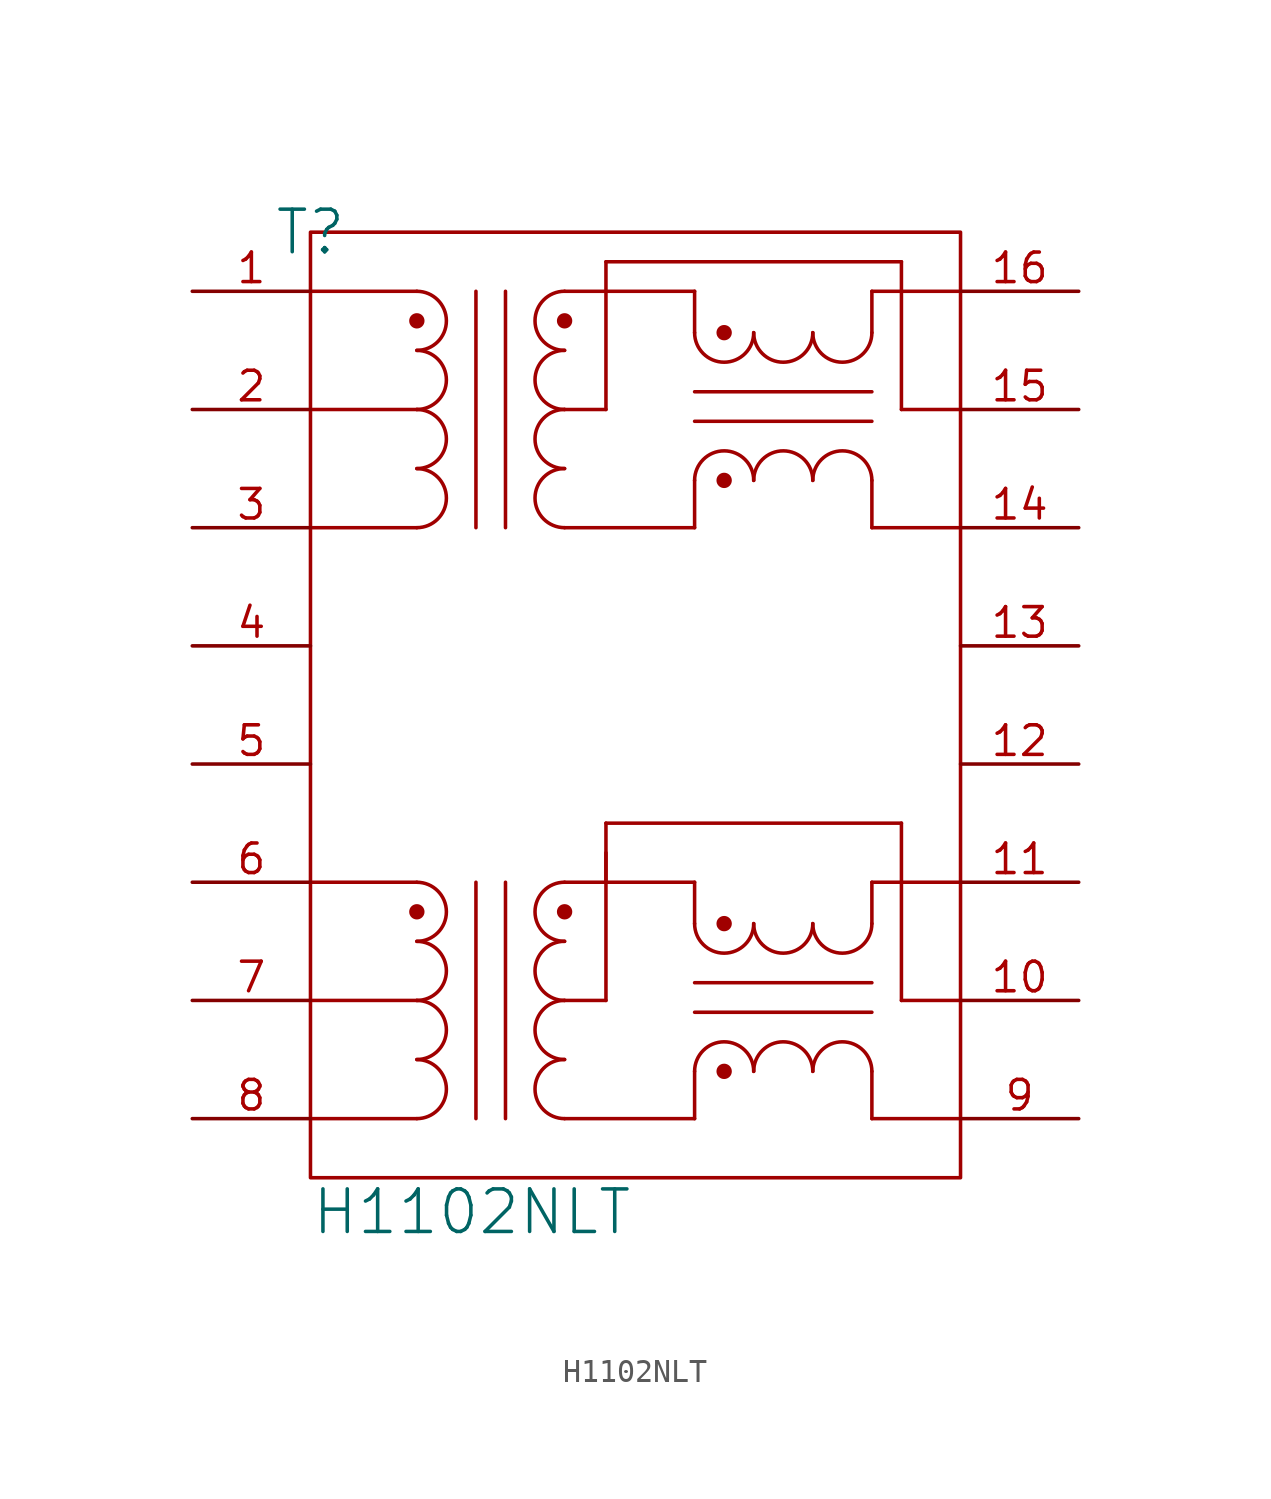
<source format=kicad_sym>
(kicad_symbol_lib
  (version 20241209)
  (generator "kicad_symbol_editor")
  (generator_version "9.0")
  (symbol "H1102NLT"
    (pin_names
      (hide yes))
    (property "Reference" "T"
      (at -12.7 12.7 0)
      (effects (font (size 1.829 1.829))))
    (property "Value" "H1102NLT"
      (at -12.7 -30.48 0)
      (effects (font (size 1.829 1.829)) (justify left bottom)))
    (property "Manufacturer Part" "H1102NLT"
      (at 0 0 0)
      (effects (font (size 1.27 1.27)) (justify left bottom) (hide yes)))
    (symbol "H1102NLT_1_0"
      (rectangle (start -12.7 12.7) (end 15.24 -27.94) (stroke (width 0) (type solid) (color 160 0 0 1)) (fill (type none)))
      (polyline (pts (xy -12.7 10.16) (xy -8.128 10.16)) (stroke (width 0) (type solid) (color 160 0 0 1)) (fill (type none)))
      (polyline (pts (xy -12.7 5.08) (xy -8.128 5.08)) (stroke (width 0) (type solid) (color 160 0 0 1)) (fill (type none)))
      (polyline (pts (xy -12.7 0) (xy -8.128 0)) (stroke (width 0) (type solid) (color 160 0 0 1)) (fill (type none)))
      (polyline (pts (xy -12.7 -15.24) (xy -8.128 -15.24)) (stroke (width 0) (type solid) (color 160 0 0 1)) (fill (type none)))
      (polyline (pts (xy -12.7 -20.32) (xy -8.128 -20.32)) (stroke (width 0) (type solid) (color 160 0 0 1)) (fill (type none)))
      (polyline (pts (xy -12.7 -25.4) (xy -8.128 -25.4)) (stroke (width 0) (type solid) (color 160 0 0 1)) (fill (type none)))
      (arc (start -8.128 10.16) (mid -6.858 8.89) (end -8.128 7.62) (stroke (width 0) (type solid) (color 160 0 0 1)) (fill (type none)))
      (circle (center -8.128 8.89) (radius 0.254) (stroke (width 0) (type solid) (color 160 0 0 1)) (fill (type outline)))
      (arc (start -8.128 7.62) (mid -6.858 6.35) (end -8.128 5.08) (stroke (width 0) (type solid) (color 160 0 0 1)) (fill (type none)))
      (arc (start -8.128 5.08) (mid -6.858 3.81) (end -8.128 2.54) (stroke (width 0) (type solid) (color 160 0 0 1)) (fill (type none)))
      (arc (start -8.128 2.54) (mid -6.858 1.27) (end -8.128 0) (stroke (width 0) (type solid) (color 160 0 0 1)) (fill (type none)))
      (arc (start -8.128 -15.24) (mid -6.858 -16.51) (end -8.128 -17.78) (stroke (width 0) (type solid) (color 160 0 0 1)) (fill (type none)))
      (circle (center -8.128 -16.51) (radius 0.254) (stroke (width 0) (type solid) (color 160 0 0 1)) (fill (type outline)))
      (arc (start -8.128 -17.78) (mid -6.858 -19.05) (end -8.128 -20.32) (stroke (width 0) (type solid) (color 160 0 0 1)) (fill (type none)))
      (arc (start -8.128 -20.32) (mid -6.858 -21.59) (end -8.128 -22.86) (stroke (width 0) (type solid) (color 160 0 0 1)) (fill (type none)))
      (arc (start -8.128 -22.86) (mid -6.858 -24.13) (end -8.128 -25.4) (stroke (width 0) (type solid) (color 160 0 0 1)) (fill (type none)))
      (polyline (pts (xy -5.588 10.16) (xy -5.588 0)) (stroke (width 0) (type solid) (color 160 0 0 1)) (fill (type none)))
      (polyline (pts (xy -5.588 -15.24) (xy -5.588 -25.4)) (stroke (width 0) (type solid) (color 160 0 0 1)) (fill (type none)))
      (polyline (pts (xy -4.318 10.16) (xy -4.318 0)) (stroke (width 0) (type solid) (color 160 0 0 1)) (fill (type none)))
      (polyline (pts (xy -4.318 -15.24) (xy -4.318 -25.4)) (stroke (width 0) (type solid) (color 160 0 0 1)) (fill (type none)))
      (polyline (pts (xy -1.778 10.16) (xy 3.81 10.16)) (stroke (width 0) (type solid) (color 160 0 0 1)) (fill (type none)))
      (circle (center -1.778 8.89) (radius 0.254) (stroke (width 0) (type solid) (color 160 0 0 1)) (fill (type outline)))
      (arc (start -1.778 7.62) (mid -3.048 8.89) (end -1.778 10.16) (stroke (width 0) (type solid) (color 160 0 0 1)) (fill (type none)))
      (arc (start -1.778 5.08) (mid -3.048 6.35) (end -1.778 7.62) (stroke (width 0) (type solid) (color 160 0 0 1)) (fill (type none)))
      (polyline (pts (xy -1.778 5.08) (xy 0 5.08)) (stroke (width 0) (type solid) (color 160 0 0 1)) (fill (type none)))
      (arc (start -1.778 2.54) (mid -3.048 3.81) (end -1.778 5.08) (stroke (width 0) (type solid) (color 160 0 0 1)) (fill (type none)))
      (arc (start -1.778 0) (mid -3.048 1.27) (end -1.778 2.54) (stroke (width 0) (type solid) (color 160 0 0 1)) (fill (type none)))
      (polyline (pts (xy -1.778 -15.24) (xy 3.81 -15.24)) (stroke (width 0) (type solid) (color 160 0 0 1)) (fill (type none)))
      (circle (center -1.778 -16.51) (radius 0.254) (stroke (width 0) (type solid) (color 160 0 0 1)) (fill (type outline)))
      (arc (start -1.778 -17.78) (mid -3.048 -16.51) (end -1.778 -15.24) (stroke (width 0) (type solid) (color 160 0 0 1)) (fill (type none)))
      (arc (start -1.778 -20.32) (mid -3.048 -19.05) (end -1.778 -17.78) (stroke (width 0) (type solid) (color 160 0 0 1)) (fill (type none)))
      (polyline (pts (xy -1.778 -20.32) (xy 0 -20.32)) (stroke (width 0) (type solid) (color 160 0 0 1)) (fill (type none)))
      (arc (start -1.778 -22.86) (mid -3.048 -21.59) (end -1.778 -20.32) (stroke (width 0) (type solid) (color 160 0 0 1)) (fill (type none)))
      (arc (start -1.778 -25.4) (mid -3.048 -24.13) (end -1.778 -22.86) (stroke (width 0) (type solid) (color 160 0 0 1)) (fill (type none)))
      (polyline (pts (xy 0 11.43) (xy 12.7 11.43)) (stroke (width 0) (type solid) (color 160 0 0 1)) (fill (type none)))
      (polyline (pts (xy 0 5.08) (xy 0 11.43)) (stroke (width 0) (type solid) (color 160 0 0 1)) (fill (type none)))
      (polyline (pts (xy 0 -12.7) (xy 0 -15.24)) (stroke (width 0) (type solid) (color 160 0 0 1)) (fill (type none)))
      (polyline (pts (xy 0 -12.7) (xy 12.7 -12.7)) (stroke (width 0) (type solid) (color 160 0 0 1)) (fill (type none)))
      (polyline (pts (xy 0 -20.32) (xy 0 -13.97)) (stroke (width 0) (type solid) (color 160 0 0 1)) (fill (type none)))
      (polyline (pts (xy 3.81 10.16) (xy 3.81 8.382)) (stroke (width 0) (type solid) (color 160 0 0 1)) (fill (type none)))
      (polyline (pts (xy 3.81 5.842) (xy 11.43 5.842)) (stroke (width 0) (type solid) (color 160 0 0 1)) (fill (type none)))
      (polyline (pts (xy 3.81 4.572) (xy 11.43 4.572)) (stroke (width 0) (type solid) (color 160 0 0 1)) (fill (type none)))
      (polyline (pts (xy 3.81 0) (xy -1.778 0)) (stroke (width 0) (type solid) (color 160 0 0 1)) (fill (type none)))
      (polyline (pts (xy 3.81 0) (xy 3.81 2.032)) (stroke (width 0) (type solid) (color 160 0 0 1)) (fill (type none)))
      (polyline (pts (xy 3.81 -15.24) (xy 3.81 -17.018)) (stroke (width 0) (type solid) (color 160 0 0 1)) (fill (type none)))
      (polyline (pts (xy 3.81 -19.558) (xy 11.43 -19.558)) (stroke (width 0) (type solid) (color 160 0 0 1)) (fill (type none)))
      (polyline (pts (xy 3.81 -20.828) (xy 11.43 -20.828)) (stroke (width 0) (type solid) (color 160 0 0 1)) (fill (type none)))
      (polyline (pts (xy 3.81 -25.4) (xy -1.778 -25.4)) (stroke (width 0) (type solid) (color 160 0 0 1)) (fill (type none)))
      (polyline (pts (xy 3.81 -25.4) (xy 3.81 -23.368)) (stroke (width 0) (type solid) (color 160 0 0 1)) (fill (type none)))
      (circle (center 5.08 8.382) (radius 0.254) (stroke (width 0) (type solid) (color 160 0 0 1)) (fill (type outline)))
      (arc (start 6.35 8.382) (mid 5.08 7.112) (end 3.81 8.382) (stroke (width 0) (type solid) (color 160 0 0 1)) (fill (type none)))
      (arc (start 3.81 2.032) (mid 5.08 3.302) (end 6.35 2.032) (stroke (width 0) (type solid) (color 160 0 0 1)) (fill (type none)))
      (circle (center 5.08 2.032) (radius 0.254) (stroke (width 0) (type solid) (color 160 0 0 1)) (fill (type outline)))
      (circle (center 5.08 -17.018) (radius 0.254) (stroke (width 0) (type solid) (color 160 0 0 1)) (fill (type outline)))
      (arc (start 6.35 -17.018) (mid 5.08 -18.288) (end 3.81 -17.018) (stroke (width 0) (type solid) (color 160 0 0 1)) (fill (type none)))
      (arc (start 3.81 -23.368) (mid 5.08 -22.098) (end 6.35 -23.368) (stroke (width 0) (type solid) (color 160 0 0 1)) (fill (type none)))
      (circle (center 5.08 -23.368) (radius 0.254) (stroke (width 0) (type solid) (color 160 0 0 1)) (fill (type outline)))
      (arc (start 8.89 8.382) (mid 7.62 7.112) (end 6.35 8.382) (stroke (width 0) (type solid) (color 160 0 0 1)) (fill (type none)))
      (arc (start 6.35 2.032) (mid 7.62 3.302) (end 8.89 2.032) (stroke (width 0) (type solid) (color 160 0 0 1)) (fill (type none)))
      (arc (start 8.89 -17.018) (mid 7.62 -18.288) (end 6.35 -17.018) (stroke (width 0) (type solid) (color 160 0 0 1)) (fill (type none)))
      (arc (start 6.35 -23.368) (mid 7.62 -22.098) (end 8.89 -23.368) (stroke (width 0) (type solid) (color 160 0 0 1)) (fill (type none)))
      (arc (start 11.43 8.382) (mid 10.16 7.112) (end 8.89 8.382) (stroke (width 0) (type solid) (color 160 0 0 1)) (fill (type none)))
      (arc (start 8.89 2.032) (mid 10.16 3.302) (end 11.43 2.032) (stroke (width 0) (type solid) (color 160 0 0 1)) (fill (type none)))
      (arc (start 11.43 -17.018) (mid 10.16 -18.288) (end 8.89 -17.018) (stroke (width 0) (type solid) (color 160 0 0 1)) (fill (type none)))
      (arc (start 8.89 -23.368) (mid 10.16 -22.098) (end 11.43 -23.368) (stroke (width 0) (type solid) (color 160 0 0 1)) (fill (type none)))
      (polyline (pts (xy 11.43 10.16) (xy 15.24 10.16)) (stroke (width 0) (type solid) (color 160 0 0 1)) (fill (type none)))
      (polyline (pts (xy 11.43 8.382) (xy 11.43 10.16)) (stroke (width 0) (type solid) (color 160 0 0 1)) (fill (type none)))
      (polyline (pts (xy 11.43 2.032) (xy 11.43 0)) (stroke (width 0) (type solid) (color 160 0 0 1)) (fill (type none)))
      (polyline (pts (xy 11.43 0) (xy 15.24 0)) (stroke (width 0) (type solid) (color 160 0 0 1)) (fill (type none)))
      (polyline (pts (xy 11.43 -15.24) (xy 15.24 -15.24)) (stroke (width 0) (type solid) (color 160 0 0 1)) (fill (type none)))
      (polyline (pts (xy 11.43 -17.018) (xy 11.43 -15.24)) (stroke (width 0) (type solid) (color 160 0 0 1)) (fill (type none)))
      (polyline (pts (xy 11.43 -23.368) (xy 11.43 -25.4)) (stroke (width 0) (type solid) (color 160 0 0 1)) (fill (type none)))
      (polyline (pts (xy 11.43 -25.4) (xy 15.24 -25.4)) (stroke (width 0) (type solid) (color 160 0 0 1)) (fill (type none)))
      (polyline (pts (xy 12.7 5.08) (xy 12.7 11.43)) (stroke (width 0) (type solid) (color 160 0 0 1)) (fill (type none)))
      (polyline (pts (xy 12.7 5.08) (xy 15.24 5.08)) (stroke (width 0) (type solid) (color 160 0 0 1)) (fill (type none)))
      (polyline (pts (xy 12.7 -20.32) (xy 12.7 -12.7)) (stroke (width 0) (type solid) (color 160 0 0 1)) (fill (type none)))
      (polyline (pts (xy 12.7 -20.32) (xy 15.24 -20.32)) (stroke (width 0) (type solid) (color 160 0 0 1)) (fill (type none)))
      (pin passive line (at -17.78 10.16 0) (length 5.08) (name "1" (effects (font (size 1.27 1.27)))) (number "1" (effects (font (size 1.27 1.27)))))
      (pin passive line (at -17.78 5.08 0) (length 5.08) (name "2" (effects (font (size 1.27 1.27)))) (number "2" (effects (font (size 1.27 1.27)))))
      (pin passive line (at -17.78 0 0) (length 5.08) (name "3" (effects (font (size 1.27 1.27)))) (number "3" (effects (font (size 1.27 1.27)))))
      (pin passive line (at -17.78 -5.08 0) (length 5.08) (name "4" (effects (font (size 1.27 1.27)))) (number "4" (effects (font (size 1.27 1.27)))))
      (pin passive line (at -17.78 -10.16 0) (length 5.08) (name "5" (effects (font (size 1.27 1.27)))) (number "5" (effects (font (size 1.27 1.27)))))
      (pin passive line (at -17.78 -15.24 0) (length 5.08) (name "6" (effects (font (size 1.27 1.27)))) (number "6" (effects (font (size 1.27 1.27)))))
      (pin passive line (at -17.78 -20.32 0) (length 5.08) (name "7" (effects (font (size 1.27 1.27)))) (number "7" (effects (font (size 1.27 1.27)))))
      (pin passive line (at -17.78 -25.4 0) (length 5.08) (name "8" (effects (font (size 1.27 1.27)))) (number "8" (effects (font (size 1.27 1.27)))))
      (pin passive line (at 20.32 10.16 180) (length 5.08) (name "16" (effects (font (size 1.27 1.27)))) (number "16" (effects (font (size 1.27 1.27)))))
      (pin passive line (at 20.32 5.08 180) (length 5.08) (name "15" (effects (font (size 1.27 1.27)))) (number "15" (effects (font (size 1.27 1.27)))))
      (pin passive line (at 20.32 0 180) (length 5.08) (name "14" (effects (font (size 1.27 1.27)))) (number "14" (effects (font (size 1.27 1.27)))))
      (pin passive line (at 20.32 -5.08 180) (length 5.08) (name "13" (effects (font (size 1.27 1.27)))) (number "13" (effects (font (size 1.27 1.27)))))
      (pin passive line (at 20.32 -10.16 180) (length 5.08) (name "12" (effects (font (size 1.27 1.27)))) (number "12" (effects (font (size 1.27 1.27)))))
      (pin passive line (at 20.32 -15.24 180) (length 5.08) (name "11" (effects (font (size 1.27 1.27)))) (number "11" (effects (font (size 1.27 1.27)))))
      (pin passive line (at 20.32 -20.32 180) (length 5.08) (name "10" (effects (font (size 1.27 1.27)))) (number "10" (effects (font (size 1.27 1.27)))))
      (pin passive line (at 20.32 -25.4 180) (length 5.08) (name "9" (effects (font (size 1.27 1.27)))) (number "9" (effects (font (size 1.27 1.27))))))))
</source>
